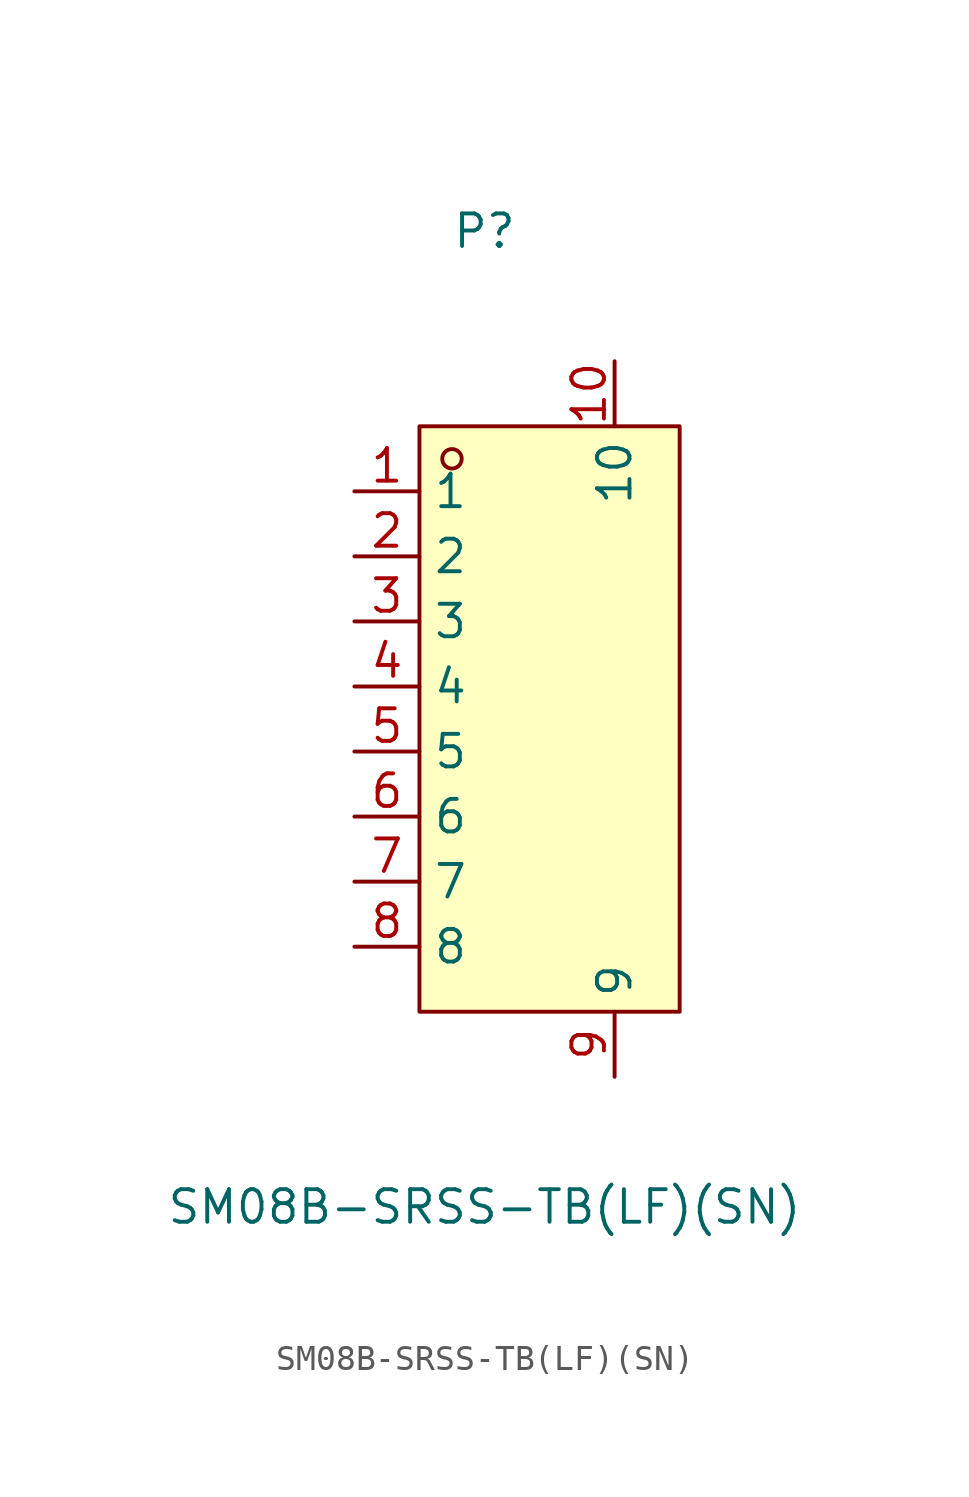
<source format=kicad_sym>
(kicad_symbol_lib
  (version 20211014)
  (generator https://github.com/uPesy/easyeda2kicad.py)
  (symbol "SM08B-SRSS-TB(LF)(SN)"
    (property "Reference" "P"
      (at 0 17.78 0)
      (effects (font (size 1.27 1.27))))
    (property "Value" "SM08B-SRSS-TB(LF)(SN)"
      (at 0 -20.32 0)
      (effects (font (size 1.27 1.27))))
    (symbol "SM08B-SRSS-TB(LF)(SN)_0_1"
      (rectangle (start -2.54 10.16) (end 7.62 -12.70) (stroke (width 0) (type default) (color 0 0 0 0)) (fill (type background)))
      (circle (center -1.27 8.89) (radius 0.38) (stroke (width 0) (type default) (color 0 0 0 0)) (fill (type none)))
      (pin unspecified line (at -5.08 7.62 0) (length 2.54) (name "1" (effects (font (size 1.27 1.27)))) (number "1" (effects (font (size 1.27 1.27)))))
      (pin unspecified line (at -5.08 5.08 0) (length 2.54) (name "2" (effects (font (size 1.27 1.27)))) (number "2" (effects (font (size 1.27 1.27)))))
      (pin unspecified line (at -5.08 2.54 0) (length 2.54) (name "3" (effects (font (size 1.27 1.27)))) (number "3" (effects (font (size 1.27 1.27)))))
      (pin unspecified line (at -5.08 -0.00 0) (length 2.54) (name "4" (effects (font (size 1.27 1.27)))) (number "4" (effects (font (size 1.27 1.27)))))
      (pin unspecified line (at -5.08 -2.54 0) (length 2.54) (name "5" (effects (font (size 1.27 1.27)))) (number "5" (effects (font (size 1.27 1.27)))))
      (pin unspecified line (at -5.08 -5.08 0) (length 2.54) (name "6" (effects (font (size 1.27 1.27)))) (number "6" (effects (font (size 1.27 1.27)))))
      (pin unspecified line (at -5.08 -7.62 0) (length 2.54) (name "7" (effects (font (size 1.27 1.27)))) (number "7" (effects (font (size 1.27 1.27)))))
      (pin unspecified line (at -5.08 -10.16 0) (length 2.54) (name "8" (effects (font (size 1.27 1.27)))) (number "8" (effects (font (size 1.27 1.27)))))
      (pin unspecified line (at 5.08 -15.24 90) (length 2.54) (name "9" (effects (font (size 1.27 1.27)))) (number "9" (effects (font (size 1.27 1.27)))))
      (pin unspecified line (at 5.08 12.70 270) (length 2.54) (name "10" (effects (font (size 1.27 1.27)))) (number "10" (effects (font (size 1.27 1.27))))))))
</source>
